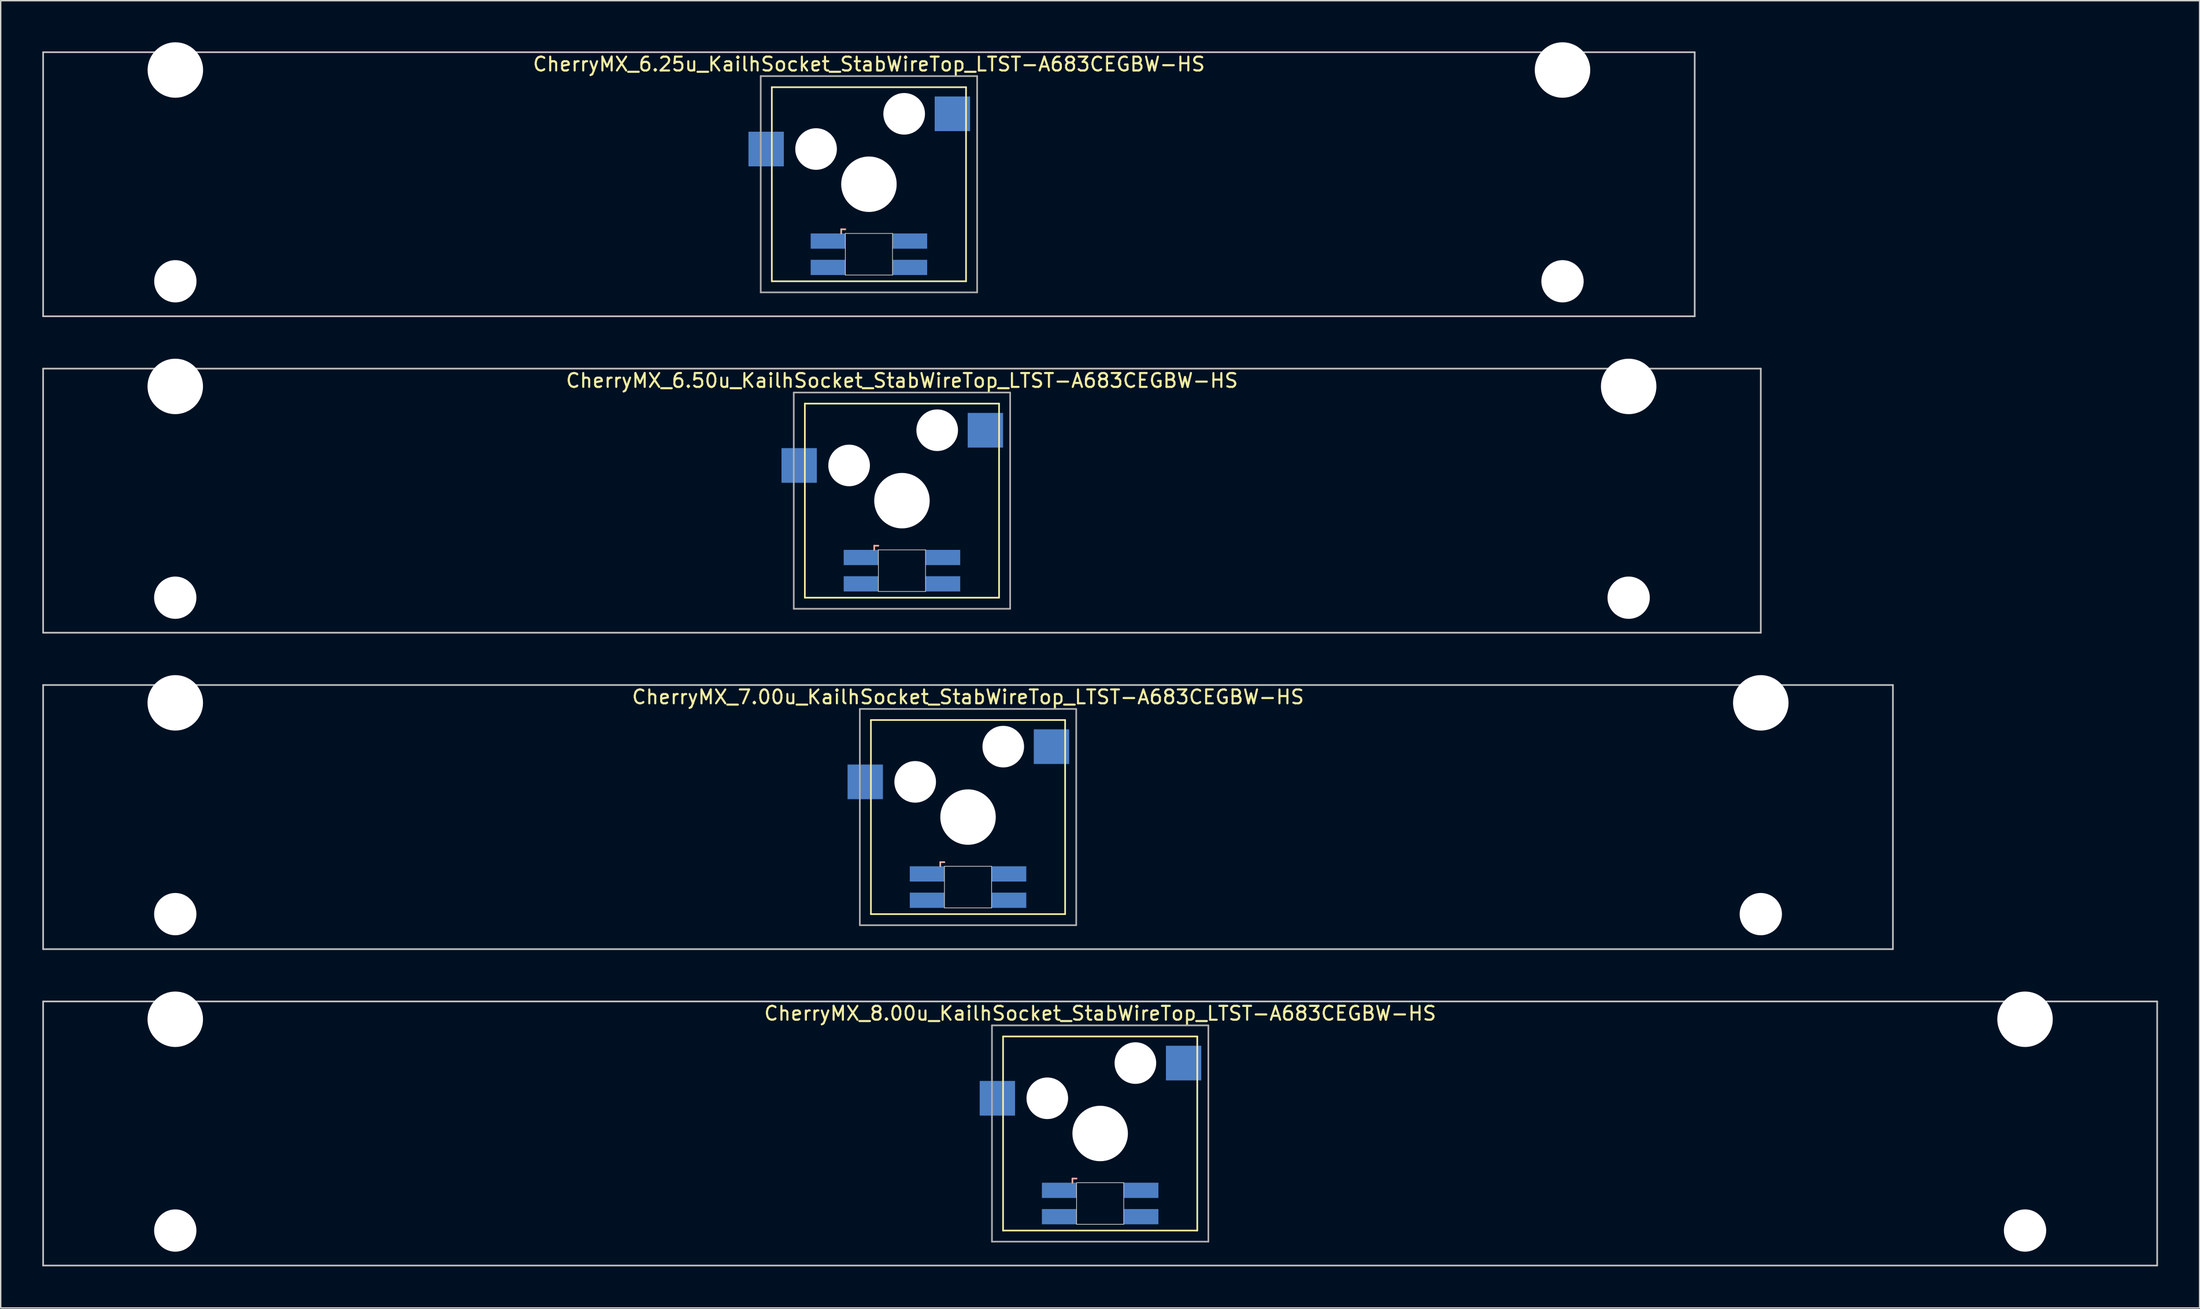
<source format=kicad_pcb>
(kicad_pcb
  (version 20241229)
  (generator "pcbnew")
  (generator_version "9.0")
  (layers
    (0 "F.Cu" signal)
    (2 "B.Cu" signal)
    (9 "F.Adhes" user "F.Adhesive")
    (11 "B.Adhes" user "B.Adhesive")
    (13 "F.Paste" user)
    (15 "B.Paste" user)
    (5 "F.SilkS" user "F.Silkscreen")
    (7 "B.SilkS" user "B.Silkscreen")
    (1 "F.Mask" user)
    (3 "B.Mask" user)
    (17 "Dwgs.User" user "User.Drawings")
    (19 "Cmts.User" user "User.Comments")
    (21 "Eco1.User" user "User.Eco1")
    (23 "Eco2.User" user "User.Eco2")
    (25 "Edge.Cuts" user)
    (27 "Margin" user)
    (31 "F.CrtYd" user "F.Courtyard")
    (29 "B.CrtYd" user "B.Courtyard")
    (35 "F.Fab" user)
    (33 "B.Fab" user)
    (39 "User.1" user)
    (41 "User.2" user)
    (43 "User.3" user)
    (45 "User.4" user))
  (footprint "CherryMX_8.00u_KailhSocket_StabWireTop_LTST-A683CEGBW-HS"
    (layer "F.Cu")
    (at 76.26 78.715)
    (property "Reference" "CherryMX_8.00u_KailhSocket_StabWireTop_LTST-A683CEGBW-HS" (at 0 -8.662 0) (layer "F.SilkS") (effects (font (size 1 1) (thickness 0.15))))
    (attr through_hole)
    (fp_line (start -7 -7) (end -7 7) (stroke (width 0.12) (type solid)) (layer "F.SilkS"))
    (fp_line (start -7 -7) (end 7 -7) (stroke (width 0.12) (type solid)) (layer "F.SilkS"))
    (fp_line (start 7 -7) (end 7 7) (stroke (width 0.12) (type solid)) (layer "F.SilkS"))
    (fp_line (start 7 7) (end -7 7) (stroke (width 0.12) (type solid)) (layer "F.SilkS"))
    (fp_line (start -2 3.25) (end -2 3.55) (stroke (width 0.12) (type solid)) (layer "B.SilkS"))
    (fp_line (start -1.7 3.25) (end -2 3.25) (stroke (width 0.12) (type solid)) (layer "B.SilkS"))
    (fp_line (start -76.2 -9.525) (end 76.2 -9.525) (stroke (width 0.12) (type solid)) (layer "Dwgs.User"))
    (fp_line (start -76.2 9.525) (end -76.2 -9.525) (stroke (width 0.12) (type solid)) (layer "Dwgs.User"))
    (fp_line (start 76.2 -9.525) (end 76.2 9.525) (stroke (width 0.12) (type solid)) (layer "Dwgs.User"))
    (fp_line (start 76.2 9.525) (end -76.2 9.525) (stroke (width 0.12) (type solid)) (layer "Dwgs.User"))
    (fp_line (start -1.7 3.55) (end 1.7 3.55) (stroke (width 0.05) (type solid)) (layer "Edge.Cuts"))
    (fp_line (start -1.7 6.55) (end -1.7 3.55) (stroke (width 0.05) (type solid)) (layer "Edge.Cuts"))
    (fp_line (start 1.7 3.55) (end 1.7 6.55) (stroke (width 0.05) (type solid)) (layer "Edge.Cuts"))
    (fp_line (start 1.7 6.55) (end -1.7 6.55) (stroke (width 0.05) (type solid)) (layer "Edge.Cuts"))
    (fp_line (start -7.8 -7.8) (end -7.8 7.8) (stroke (width 0.12) (type solid)) (layer "F.Fab"))
    (fp_line (start -7.8 -7.8) (end 7.8 -7.8) (stroke (width 0.12) (type solid)) (layer "F.Fab"))
    (fp_line (start -7.8 7.8) (end 7.8 7.8) (stroke (width 0.12) (type solid)) (layer "F.Fab"))
    (fp_line (start 7.8 -7.8) (end 7.8 7.8) (stroke (width 0.12) (type solid)) (layer "F.Fab"))
    (pad "" np_thru_hole circle (at -66.675 -8.24) (size 4 4) (drill 4) (layers "*.Cu" "*.Mask"))
    (pad "" np_thru_hole circle (at -66.675 7) (size 3.05 3.05) (drill 3.05) (layers "*.Cu" "*.Mask"))
    (pad "" np_thru_hole circle (at -3.81 -2.54) (size 3 3) (drill 3) (layers "*.Cu" "*.Mask"))
    (pad "" np_thru_hole circle (at 0 0) (size 4 4) (drill 4) (layers "*.Cu" "*.Mask"))
    (pad "" np_thru_hole circle (at 2.54 -5.08) (size 3 3) (drill 3) (layers "*.Cu" "*.Mask"))
    (pad "" np_thru_hole circle (at 66.675 -8.24) (size 4 4) (drill 4) (layers "*.Cu" "*.Mask"))
    (pad "" np_thru_hole circle (at 66.675 7) (size 3.05 3.05) (drill 3.05) (layers "*.Cu" "*.Mask"))
    (pad "1" smd rect (at -7.41 -2.54) (size 2.55 2.5) (layers "B.Cu" "B.Mask" "B.Paste"))
    (pad "2" smd rect (at 6.015 -5.08) (size 2.55 2.5) (layers "B.Cu" "B.Mask" "B.Paste"))
    (pad "3" smd rect (at -2.95 4.1) (size 2.5 1.1) (layers "B.Cu" "B.Mask" "B.Paste"))
    (pad "4" smd rect (at -2.95 6) (size 2.5 1.1) (layers "B.Cu" "B.Mask" "B.Paste"))
    (pad "5" smd rect (at 2.95 4.1) (size 2.5 1.1) (layers "B.Cu" "B.Mask" "B.Paste"))
    (pad "6" smd rect (at 2.95 6) (size 2.5 1.1) (layers "B.Cu" "B.Mask" "B.Paste")))
  (footprint "CherryMX_6.50u_KailhSocket_StabWireTop_LTST-A683CEGBW-HS"
    (layer "F.Cu")
    (at 61.972 33.065)
    (property "Reference" "CherryMX_6.50u_KailhSocket_StabWireTop_LTST-A683CEGBW-HS" (at 0 -8.662 0) (layer "F.SilkS") (effects (font (size 1 1) (thickness 0.15))))
    (attr through_hole)
    (fp_line (start -7 -7) (end -7 7) (stroke (width 0.12) (type solid)) (layer "F.SilkS"))
    (fp_line (start -7 -7) (end 7 -7) (stroke (width 0.12) (type solid)) (layer "F.SilkS"))
    (fp_line (start 7 -7) (end 7 7) (stroke (width 0.12) (type solid)) (layer "F.SilkS"))
    (fp_line (start 7 7) (end -7 7) (stroke (width 0.12) (type solid)) (layer "F.SilkS"))
    (fp_line (start -2 3.25) (end -2 3.55) (stroke (width 0.12) (type solid)) (layer "B.SilkS"))
    (fp_line (start -1.7 3.25) (end -2 3.25) (stroke (width 0.12) (type solid)) (layer "B.SilkS"))
    (fp_line (start -61.913 -9.525) (end 61.913 -9.525) (stroke (width 0.12) (type solid)) (layer "Dwgs.User"))
    (fp_line (start -61.913 9.525) (end -61.913 -9.525) (stroke (width 0.12) (type solid)) (layer "Dwgs.User"))
    (fp_line (start 61.913 -9.525) (end 61.913 9.525) (stroke (width 0.12) (type solid)) (layer "Dwgs.User"))
    (fp_line (start 61.913 9.525) (end -61.913 9.525) (stroke (width 0.12) (type solid)) (layer "Dwgs.User"))
    (fp_line (start -1.7 3.55) (end 1.7 3.55) (stroke (width 0.05) (type solid)) (layer "Edge.Cuts"))
    (fp_line (start -1.7 6.55) (end -1.7 3.55) (stroke (width 0.05) (type solid)) (layer "Edge.Cuts"))
    (fp_line (start 1.7 3.55) (end 1.7 6.55) (stroke (width 0.05) (type solid)) (layer "Edge.Cuts"))
    (fp_line (start 1.7 6.55) (end -1.7 6.55) (stroke (width 0.05) (type solid)) (layer "Edge.Cuts"))
    (fp_line (start -7.8 -7.8) (end -7.8 7.8) (stroke (width 0.12) (type solid)) (layer "F.Fab"))
    (fp_line (start -7.8 -7.8) (end 7.8 -7.8) (stroke (width 0.12) (type solid)) (layer "F.Fab"))
    (fp_line (start -7.8 7.8) (end 7.8 7.8) (stroke (width 0.12) (type solid)) (layer "F.Fab"))
    (fp_line (start 7.8 -7.8) (end 7.8 7.8) (stroke (width 0.12) (type solid)) (layer "F.Fab"))
    (pad "" np_thru_hole circle (at -52.388 -8.24) (size 4 4) (drill 4) (layers "*.Cu" "*.Mask"))
    (pad "" np_thru_hole circle (at -52.388 7) (size 3.05 3.05) (drill 3.05) (layers "*.Cu" "*.Mask"))
    (pad "" np_thru_hole circle (at -3.81 -2.54) (size 3 3) (drill 3) (layers "*.Cu" "*.Mask"))
    (pad "" np_thru_hole circle (at 0 0) (size 4 4) (drill 4) (layers "*.Cu" "*.Mask"))
    (pad "" np_thru_hole circle (at 2.54 -5.08) (size 3 3) (drill 3) (layers "*.Cu" "*.Mask"))
    (pad "" np_thru_hole circle (at 52.388 -8.24) (size 4 4) (drill 4) (layers "*.Cu" "*.Mask"))
    (pad "" np_thru_hole circle (at 52.388 7) (size 3.05 3.05) (drill 3.05) (layers "*.Cu" "*.Mask"))
    (pad "1" smd rect (at -7.41 -2.54) (size 2.55 2.5) (layers "B.Cu" "B.Mask" "B.Paste"))
    (pad "2" smd rect (at 6.015 -5.08) (size 2.55 2.5) (layers "B.Cu" "B.Mask" "B.Paste"))
    (pad "3" smd rect (at -2.95 4.1) (size 2.5 1.1) (layers "B.Cu" "B.Mask" "B.Paste"))
    (pad "4" smd rect (at -2.95 6) (size 2.5 1.1) (layers "B.Cu" "B.Mask" "B.Paste"))
    (pad "5" smd rect (at 2.95 4.1) (size 2.5 1.1) (layers "B.Cu" "B.Mask" "B.Paste"))
    (pad "6" smd rect (at 2.95 6) (size 2.5 1.1) (layers "B.Cu" "B.Mask" "B.Paste")))
  (footprint "CherryMX_7.00u_KailhSocket_StabWireTop_LTST-A683CEGBW-HS"
    (layer "F.Cu")
    (at 66.735 55.89)
    (property "Reference" "CherryMX_7.00u_KailhSocket_StabWireTop_LTST-A683CEGBW-HS" (at 0 -8.662 0) (layer "F.SilkS") (effects (font (size 1 1) (thickness 0.15))))
    (attr through_hole)
    (fp_line (start -7 -7) (end -7 7) (stroke (width 0.12) (type solid)) (layer "F.SilkS"))
    (fp_line (start -7 -7) (end 7 -7) (stroke (width 0.12) (type solid)) (layer "F.SilkS"))
    (fp_line (start 7 -7) (end 7 7) (stroke (width 0.12) (type solid)) (layer "F.SilkS"))
    (fp_line (start 7 7) (end -7 7) (stroke (width 0.12) (type solid)) (layer "F.SilkS"))
    (fp_line (start -2 3.25) (end -2 3.55) (stroke (width 0.12) (type solid)) (layer "B.SilkS"))
    (fp_line (start -1.7 3.25) (end -2 3.25) (stroke (width 0.12) (type solid)) (layer "B.SilkS"))
    (fp_line (start -66.675 -9.525) (end 66.675 -9.525) (stroke (width 0.12) (type solid)) (layer "Dwgs.User"))
    (fp_line (start -66.675 9.525) (end -66.675 -9.525) (stroke (width 0.12) (type solid)) (layer "Dwgs.User"))
    (fp_line (start 66.675 -9.525) (end 66.675 9.525) (stroke (width 0.12) (type solid)) (layer "Dwgs.User"))
    (fp_line (start 66.675 9.525) (end -66.675 9.525) (stroke (width 0.12) (type solid)) (layer "Dwgs.User"))
    (fp_line (start -1.7 3.55) (end 1.7 3.55) (stroke (width 0.05) (type solid)) (layer "Edge.Cuts"))
    (fp_line (start -1.7 6.55) (end -1.7 3.55) (stroke (width 0.05) (type solid)) (layer "Edge.Cuts"))
    (fp_line (start 1.7 3.55) (end 1.7 6.55) (stroke (width 0.05) (type solid)) (layer "Edge.Cuts"))
    (fp_line (start 1.7 6.55) (end -1.7 6.55) (stroke (width 0.05) (type solid)) (layer "Edge.Cuts"))
    (fp_line (start -7.8 -7.8) (end -7.8 7.8) (stroke (width 0.12) (type solid)) (layer "F.Fab"))
    (fp_line (start -7.8 -7.8) (end 7.8 -7.8) (stroke (width 0.12) (type solid)) (layer "F.Fab"))
    (fp_line (start -7.8 7.8) (end 7.8 7.8) (stroke (width 0.12) (type solid)) (layer "F.Fab"))
    (fp_line (start 7.8 -7.8) (end 7.8 7.8) (stroke (width 0.12) (type solid)) (layer "F.Fab"))
    (pad "" np_thru_hole circle (at -57.15 -8.24) (size 4 4) (drill 4) (layers "*.Cu" "*.Mask"))
    (pad "" np_thru_hole circle (at -57.15 7) (size 3.05 3.05) (drill 3.05) (layers "*.Cu" "*.Mask"))
    (pad "" np_thru_hole circle (at -3.81 -2.54) (size 3 3) (drill 3) (layers "*.Cu" "*.Mask"))
    (pad "" np_thru_hole circle (at 0 0) (size 4 4) (drill 4) (layers "*.Cu" "*.Mask"))
    (pad "" np_thru_hole circle (at 2.54 -5.08) (size 3 3) (drill 3) (layers "*.Cu" "*.Mask"))
    (pad "" np_thru_hole circle (at 57.15 -8.24) (size 4 4) (drill 4) (layers "*.Cu" "*.Mask"))
    (pad "" np_thru_hole circle (at 57.15 7) (size 3.05 3.05) (drill 3.05) (layers "*.Cu" "*.Mask"))
    (pad "1" smd rect (at -7.41 -2.54) (size 2.55 2.5) (layers "B.Cu" "B.Mask" "B.Paste"))
    (pad "2" smd rect (at 6.015 -5.08) (size 2.55 2.5) (layers "B.Cu" "B.Mask" "B.Paste"))
    (pad "3" smd rect (at -2.95 4.1) (size 2.5 1.1) (layers "B.Cu" "B.Mask" "B.Paste"))
    (pad "4" smd rect (at -2.95 6) (size 2.5 1.1) (layers "B.Cu" "B.Mask" "B.Paste"))
    (pad "5" smd rect (at 2.95 4.1) (size 2.5 1.1) (layers "B.Cu" "B.Mask" "B.Paste"))
    (pad "6" smd rect (at 2.95 6) (size 2.5 1.1) (layers "B.Cu" "B.Mask" "B.Paste")))
  (footprint "CherryMX_6.25u_KailhSocket_StabWireTop_LTST-A683CEGBW-HS"
    (layer "F.Cu")
    (at 59.591 10.24)
    (property "Reference" "CherryMX_6.25u_KailhSocket_StabWireTop_LTST-A683CEGBW-HS" (at 0 -8.662 0) (layer "F.SilkS") (effects (font (size 1 1) (thickness 0.15))))
    (attr through_hole)
    (fp_line (start -7 -7) (end -7 7) (stroke (width 0.12) (type solid)) (layer "F.SilkS"))
    (fp_line (start -7 -7) (end 7 -7) (stroke (width 0.12) (type solid)) (layer "F.SilkS"))
    (fp_line (start 7 -7) (end 7 7) (stroke (width 0.12) (type solid)) (layer "F.SilkS"))
    (fp_line (start 7 7) (end -7 7) (stroke (width 0.12) (type solid)) (layer "F.SilkS"))
    (fp_line (start -2 3.25) (end -2 3.55) (stroke (width 0.12) (type solid)) (layer "B.SilkS"))
    (fp_line (start -1.7 3.25) (end -2 3.25) (stroke (width 0.12) (type solid)) (layer "B.SilkS"))
    (fp_line (start -59.531 -9.525) (end 59.531 -9.525) (stroke (width 0.12) (type solid)) (layer "Dwgs.User"))
    (fp_line (start -59.531 9.525) (end -59.531 -9.525) (stroke (width 0.12) (type solid)) (layer "Dwgs.User"))
    (fp_line (start 59.531 -9.525) (end 59.531 9.525) (stroke (width 0.12) (type solid)) (layer "Dwgs.User"))
    (fp_line (start 59.531 9.525) (end -59.531 9.525) (stroke (width 0.12) (type solid)) (layer "Dwgs.User"))
    (fp_line (start -1.7 3.55) (end 1.7 3.55) (stroke (width 0.05) (type solid)) (layer "Edge.Cuts"))
    (fp_line (start -1.7 6.55) (end -1.7 3.55) (stroke (width 0.05) (type solid)) (layer "Edge.Cuts"))
    (fp_line (start 1.7 3.55) (end 1.7 6.55) (stroke (width 0.05) (type solid)) (layer "Edge.Cuts"))
    (fp_line (start 1.7 6.55) (end -1.7 6.55) (stroke (width 0.05) (type solid)) (layer "Edge.Cuts"))
    (fp_line (start -7.8 -7.8) (end -7.8 7.8) (stroke (width 0.12) (type solid)) (layer "F.Fab"))
    (fp_line (start -7.8 -7.8) (end 7.8 -7.8) (stroke (width 0.12) (type solid)) (layer "F.Fab"))
    (fp_line (start -7.8 7.8) (end 7.8 7.8) (stroke (width 0.12) (type solid)) (layer "F.Fab"))
    (fp_line (start 7.8 -7.8) (end 7.8 7.8) (stroke (width 0.12) (type solid)) (layer "F.Fab"))
    (pad "" np_thru_hole circle (at -50 -8.24) (size 4 4) (drill 4) (layers "*.Cu" "*.Mask"))
    (pad "" np_thru_hole circle (at -50 7) (size 3.05 3.05) (drill 3.05) (layers "*.Cu" "*.Mask"))
    (pad "" np_thru_hole circle (at -3.81 -2.54) (size 3 3) (drill 3) (layers "*.Cu" "*.Mask"))
    (pad "" np_thru_hole circle (at 0 0) (size 4 4) (drill 4) (layers "*.Cu" "*.Mask"))
    (pad "" np_thru_hole circle (at 2.54 -5.08) (size 3 3) (drill 3) (layers "*.Cu" "*.Mask"))
    (pad "" np_thru_hole circle (at 50 -8.24) (size 4 4) (drill 4) (layers "*.Cu" "*.Mask"))
    (pad "" np_thru_hole circle (at 50 7) (size 3.05 3.05) (drill 3.05) (layers "*.Cu" "*.Mask"))
    (pad "1" smd rect (at -7.41 -2.54) (size 2.55 2.5) (layers "B.Cu" "B.Mask" "B.Paste"))
    (pad "2" smd rect (at 6.015 -5.08) (size 2.55 2.5) (layers "B.Cu" "B.Mask" "B.Paste"))
    (pad "3" smd rect (at -2.95 4.1) (size 2.5 1.1) (layers "B.Cu" "B.Mask" "B.Paste"))
    (pad "4" smd rect (at -2.95 6) (size 2.5 1.1) (layers "B.Cu" "B.Mask" "B.Paste"))
    (pad "5" smd rect (at 2.95 4.1) (size 2.5 1.1) (layers "B.Cu" "B.Mask" "B.Paste"))
    (pad "6" smd rect (at 2.95 6) (size 2.5 1.1) (layers "B.Cu" "B.Mask" "B.Paste")))
  (gr_rect
    (start -3 -3)
    (end 155.52 91.3)
    (stroke (width 0.1) (type default))
    (fill no)
    (layer "Edge.Cuts")))
</source>
